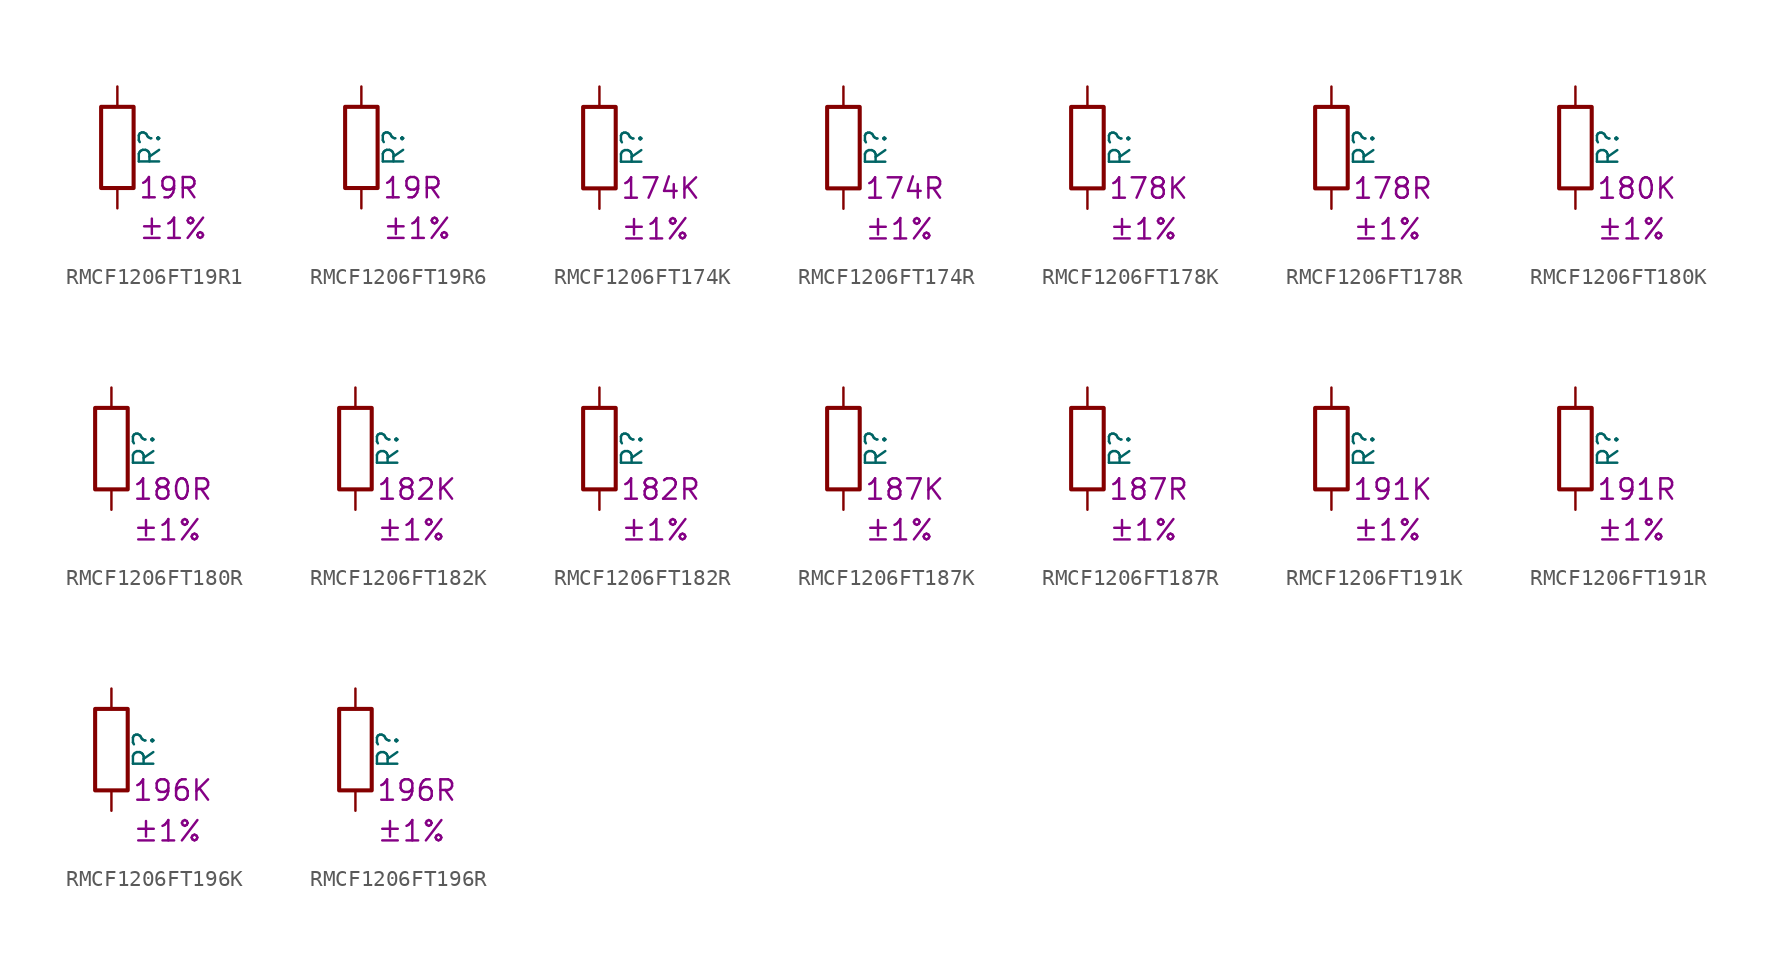
<source format=kicad_sym>
(kicad_symbol_lib
  (version 20220914)
  (generator kicad_symbol_editor)
  (symbol "RMCF1206FT19R1"
    (pin_numbers hide)
    (pin_names
      (offset 0))
    (property "Reference" "R"
      (at 2.032 0 90)
      (effects (font (size 1.27 1.27))))
    (property "Resistance" "19R"
      (at 1.27 -2.54 0)
      (effects (font (size 1.27 1.27)) (justify left)))
    (property "Tolerance" "±1%"
      (at 1.27 -5.08 0)
      (effects (font (size 1.27 1.27)) (justify left)))
    (symbol "RMCF1206FT19R1_0_1"
      (rectangle (start -1.016 -2.54) (end 1.016 2.54) (stroke (width 0.254) (type default)) (fill (type none))))
    (symbol "RMCF1206FT19R1_1_1"
      (pin passive line (at 0 3.81 270) (length 1.27) (name "~" (effects (font (size 1.27 1.27)))) (number "1" (effects (font (size 1.27 1.27)))))
      (pin passive line (at 0 -3.81 90) (length 1.27) (name "~" (effects (font (size 1.27 1.27)))) (number "2" (effects (font (size 1.27 1.27)))))))
  (symbol "RMCF1206FT19R6"
    (pin_numbers hide)
    (pin_names
      (offset 0))
    (property "Reference" "R"
      (at 2.032 0 90)
      (effects (font (size 1.27 1.27))))
    (property "Resistance" "19R"
      (at 1.27 -2.54 0)
      (effects (font (size 1.27 1.27)) (justify left)))
    (property "Tolerance" "±1%"
      (at 1.27 -5.08 0)
      (effects (font (size 1.27 1.27)) (justify left)))
    (symbol "RMCF1206FT19R6_0_1"
      (rectangle (start -1.016 -2.54) (end 1.016 2.54) (stroke (width 0.254) (type default)) (fill (type none))))
    (symbol "RMCF1206FT19R6_1_1"
      (pin passive line (at 0 3.81 270) (length 1.27) (name "~" (effects (font (size 1.27 1.27)))) (number "1" (effects (font (size 1.27 1.27)))))
      (pin passive line (at 0 -3.81 90) (length 1.27) (name "~" (effects (font (size 1.27 1.27)))) (number "2" (effects (font (size 1.27 1.27)))))))
  (symbol "RMCF1206FT174K"
    (pin_numbers hide)
    (pin_names
      (offset 0))
    (property "Reference" "R"
      (at 2.032 0 90)
      (effects (font (size 1.27 1.27))))
    (property "Resistance" "174K"
      (at 1.27 -2.54 0)
      (effects (font (size 1.27 1.27)) (justify left)))
    (property "Tolerance" "±1%"
      (at 1.27 -5.08 0)
      (effects (font (size 1.27 1.27)) (justify left)))
    (symbol "RMCF1206FT174K_0_1"
      (rectangle (start -1.016 -2.54) (end 1.016 2.54) (stroke (width 0.254) (type default)) (fill (type none))))
    (symbol "RMCF1206FT174K_1_1"
      (pin passive line (at 0 3.81 270) (length 1.27) (name "~" (effects (font (size 1.27 1.27)))) (number "1" (effects (font (size 1.27 1.27)))))
      (pin passive line (at 0 -3.81 90) (length 1.27) (name "~" (effects (font (size 1.27 1.27)))) (number "2" (effects (font (size 1.27 1.27)))))))
  (symbol "RMCF1206FT174R"
    (pin_numbers hide)
    (pin_names
      (offset 0))
    (property "Reference" "R"
      (at 2.032 0 90)
      (effects (font (size 1.27 1.27))))
    (property "Resistance" "174R"
      (at 1.27 -2.54 0)
      (effects (font (size 1.27 1.27)) (justify left)))
    (property "Tolerance" "±1%"
      (at 1.27 -5.08 0)
      (effects (font (size 1.27 1.27)) (justify left)))
    (symbol "RMCF1206FT174R_0_1"
      (rectangle (start -1.016 -2.54) (end 1.016 2.54) (stroke (width 0.254) (type default)) (fill (type none))))
    (symbol "RMCF1206FT174R_1_1"
      (pin passive line (at 0 3.81 270) (length 1.27) (name "~" (effects (font (size 1.27 1.27)))) (number "1" (effects (font (size 1.27 1.27)))))
      (pin passive line (at 0 -3.81 90) (length 1.27) (name "~" (effects (font (size 1.27 1.27)))) (number "2" (effects (font (size 1.27 1.27)))))))
  (symbol "RMCF1206FT178K"
    (pin_numbers hide)
    (pin_names
      (offset 0))
    (property "Reference" "R"
      (at 2.032 0 90)
      (effects (font (size 1.27 1.27))))
    (property "Resistance" "178K"
      (at 1.27 -2.54 0)
      (effects (font (size 1.27 1.27)) (justify left)))
    (property "Tolerance" "±1%"
      (at 1.27 -5.08 0)
      (effects (font (size 1.27 1.27)) (justify left)))
    (symbol "RMCF1206FT178K_0_1"
      (rectangle (start -1.016 -2.54) (end 1.016 2.54) (stroke (width 0.254) (type default)) (fill (type none))))
    (symbol "RMCF1206FT178K_1_1"
      (pin passive line (at 0 3.81 270) (length 1.27) (name "~" (effects (font (size 1.27 1.27)))) (number "1" (effects (font (size 1.27 1.27)))))
      (pin passive line (at 0 -3.81 90) (length 1.27) (name "~" (effects (font (size 1.27 1.27)))) (number "2" (effects (font (size 1.27 1.27)))))))
  (symbol "RMCF1206FT178R"
    (pin_numbers hide)
    (pin_names
      (offset 0))
    (property "Reference" "R"
      (at 2.032 0 90)
      (effects (font (size 1.27 1.27))))
    (property "Resistance" "178R"
      (at 1.27 -2.54 0)
      (effects (font (size 1.27 1.27)) (justify left)))
    (property "Tolerance" "±1%"
      (at 1.27 -5.08 0)
      (effects (font (size 1.27 1.27)) (justify left)))
    (symbol "RMCF1206FT178R_0_1"
      (rectangle (start -1.016 -2.54) (end 1.016 2.54) (stroke (width 0.254) (type default)) (fill (type none))))
    (symbol "RMCF1206FT178R_1_1"
      (pin passive line (at 0 3.81 270) (length 1.27) (name "~" (effects (font (size 1.27 1.27)))) (number "1" (effects (font (size 1.27 1.27)))))
      (pin passive line (at 0 -3.81 90) (length 1.27) (name "~" (effects (font (size 1.27 1.27)))) (number "2" (effects (font (size 1.27 1.27)))))))
  (symbol "RMCF1206FT180K"
    (pin_numbers hide)
    (pin_names
      (offset 0))
    (property "Reference" "R"
      (at 2.032 0 90)
      (effects (font (size 1.27 1.27))))
    (property "Resistance" "180K"
      (at 1.27 -2.54 0)
      (effects (font (size 1.27 1.27)) (justify left)))
    (property "Tolerance" "±1%"
      (at 1.27 -5.08 0)
      (effects (font (size 1.27 1.27)) (justify left)))
    (symbol "RMCF1206FT180K_0_1"
      (rectangle (start -1.016 -2.54) (end 1.016 2.54) (stroke (width 0.254) (type default)) (fill (type none))))
    (symbol "RMCF1206FT180K_1_1"
      (pin passive line (at 0 3.81 270) (length 1.27) (name "~" (effects (font (size 1.27 1.27)))) (number "1" (effects (font (size 1.27 1.27)))))
      (pin passive line (at 0 -3.81 90) (length 1.27) (name "~" (effects (font (size 1.27 1.27)))) (number "2" (effects (font (size 1.27 1.27)))))))
  (symbol "RMCF1206FT180R"
    (pin_numbers hide)
    (pin_names
      (offset 0))
    (property "Reference" "R"
      (at 2.032 0 90)
      (effects (font (size 1.27 1.27))))
    (property "Resistance" "180R"
      (at 1.27 -2.54 0)
      (effects (font (size 1.27 1.27)) (justify left)))
    (property "Tolerance" "±1%"
      (at 1.27 -5.08 0)
      (effects (font (size 1.27 1.27)) (justify left)))
    (symbol "RMCF1206FT180R_0_1"
      (rectangle (start -1.016 -2.54) (end 1.016 2.54) (stroke (width 0.254) (type default)) (fill (type none))))
    (symbol "RMCF1206FT180R_1_1"
      (pin passive line (at 0 3.81 270) (length 1.27) (name "~" (effects (font (size 1.27 1.27)))) (number "1" (effects (font (size 1.27 1.27)))))
      (pin passive line (at 0 -3.81 90) (length 1.27) (name "~" (effects (font (size 1.27 1.27)))) (number "2" (effects (font (size 1.27 1.27)))))))
  (symbol "RMCF1206FT182K"
    (pin_numbers hide)
    (pin_names
      (offset 0))
    (property "Reference" "R"
      (at 2.032 0 90)
      (effects (font (size 1.27 1.27))))
    (property "Resistance" "182K"
      (at 1.27 -2.54 0)
      (effects (font (size 1.27 1.27)) (justify left)))
    (property "Tolerance" "±1%"
      (at 1.27 -5.08 0)
      (effects (font (size 1.27 1.27)) (justify left)))
    (symbol "RMCF1206FT182K_0_1"
      (rectangle (start -1.016 -2.54) (end 1.016 2.54) (stroke (width 0.254) (type default)) (fill (type none))))
    (symbol "RMCF1206FT182K_1_1"
      (pin passive line (at 0 3.81 270) (length 1.27) (name "~" (effects (font (size 1.27 1.27)))) (number "1" (effects (font (size 1.27 1.27)))))
      (pin passive line (at 0 -3.81 90) (length 1.27) (name "~" (effects (font (size 1.27 1.27)))) (number "2" (effects (font (size 1.27 1.27)))))))
  (symbol "RMCF1206FT182R"
    (pin_numbers hide)
    (pin_names
      (offset 0))
    (property "Reference" "R"
      (at 2.032 0 90)
      (effects (font (size 1.27 1.27))))
    (property "Resistance" "182R"
      (at 1.27 -2.54 0)
      (effects (font (size 1.27 1.27)) (justify left)))
    (property "Tolerance" "±1%"
      (at 1.27 -5.08 0)
      (effects (font (size 1.27 1.27)) (justify left)))
    (symbol "RMCF1206FT182R_0_1"
      (rectangle (start -1.016 -2.54) (end 1.016 2.54) (stroke (width 0.254) (type default)) (fill (type none))))
    (symbol "RMCF1206FT182R_1_1"
      (pin passive line (at 0 3.81 270) (length 1.27) (name "~" (effects (font (size 1.27 1.27)))) (number "1" (effects (font (size 1.27 1.27)))))
      (pin passive line (at 0 -3.81 90) (length 1.27) (name "~" (effects (font (size 1.27 1.27)))) (number "2" (effects (font (size 1.27 1.27)))))))
  (symbol "RMCF1206FT187K"
    (pin_numbers hide)
    (pin_names
      (offset 0))
    (property "Reference" "R"
      (at 2.032 0 90)
      (effects (font (size 1.27 1.27))))
    (property "Resistance" "187K"
      (at 1.27 -2.54 0)
      (effects (font (size 1.27 1.27)) (justify left)))
    (property "Tolerance" "±1%"
      (at 1.27 -5.08 0)
      (effects (font (size 1.27 1.27)) (justify left)))
    (symbol "RMCF1206FT187K_0_1"
      (rectangle (start -1.016 -2.54) (end 1.016 2.54) (stroke (width 0.254) (type default)) (fill (type none))))
    (symbol "RMCF1206FT187K_1_1"
      (pin passive line (at 0 3.81 270) (length 1.27) (name "~" (effects (font (size 1.27 1.27)))) (number "1" (effects (font (size 1.27 1.27)))))
      (pin passive line (at 0 -3.81 90) (length 1.27) (name "~" (effects (font (size 1.27 1.27)))) (number "2" (effects (font (size 1.27 1.27)))))))
  (symbol "RMCF1206FT187R"
    (pin_numbers hide)
    (pin_names
      (offset 0))
    (property "Reference" "R"
      (at 2.032 0 90)
      (effects (font (size 1.27 1.27))))
    (property "Resistance" "187R"
      (at 1.27 -2.54 0)
      (effects (font (size 1.27 1.27)) (justify left)))
    (property "Tolerance" "±1%"
      (at 1.27 -5.08 0)
      (effects (font (size 1.27 1.27)) (justify left)))
    (symbol "RMCF1206FT187R_0_1"
      (rectangle (start -1.016 -2.54) (end 1.016 2.54) (stroke (width 0.254) (type default)) (fill (type none))))
    (symbol "RMCF1206FT187R_1_1"
      (pin passive line (at 0 3.81 270) (length 1.27) (name "~" (effects (font (size 1.27 1.27)))) (number "1" (effects (font (size 1.27 1.27)))))
      (pin passive line (at 0 -3.81 90) (length 1.27) (name "~" (effects (font (size 1.27 1.27)))) (number "2" (effects (font (size 1.27 1.27)))))))
  (symbol "RMCF1206FT191K"
    (pin_numbers hide)
    (pin_names
      (offset 0))
    (property "Reference" "R"
      (at 2.032 0 90)
      (effects (font (size 1.27 1.27))))
    (property "Resistance" "191K"
      (at 1.27 -2.54 0)
      (effects (font (size 1.27 1.27)) (justify left)))
    (property "Tolerance" "±1%"
      (at 1.27 -5.08 0)
      (effects (font (size 1.27 1.27)) (justify left)))
    (symbol "RMCF1206FT191K_0_1"
      (rectangle (start -1.016 -2.54) (end 1.016 2.54) (stroke (width 0.254) (type default)) (fill (type none))))
    (symbol "RMCF1206FT191K_1_1"
      (pin passive line (at 0 3.81 270) (length 1.27) (name "~" (effects (font (size 1.27 1.27)))) (number "1" (effects (font (size 1.27 1.27)))))
      (pin passive line (at 0 -3.81 90) (length 1.27) (name "~" (effects (font (size 1.27 1.27)))) (number "2" (effects (font (size 1.27 1.27)))))))
  (symbol "RMCF1206FT191R"
    (pin_numbers hide)
    (pin_names
      (offset 0))
    (property "Reference" "R"
      (at 2.032 0 90)
      (effects (font (size 1.27 1.27))))
    (property "Resistance" "191R"
      (at 1.27 -2.54 0)
      (effects (font (size 1.27 1.27)) (justify left)))
    (property "Tolerance" "±1%"
      (at 1.27 -5.08 0)
      (effects (font (size 1.27 1.27)) (justify left)))
    (symbol "RMCF1206FT191R_0_1"
      (rectangle (start -1.016 -2.54) (end 1.016 2.54) (stroke (width 0.254) (type default)) (fill (type none))))
    (symbol "RMCF1206FT191R_1_1"
      (pin passive line (at 0 3.81 270) (length 1.27) (name "~" (effects (font (size 1.27 1.27)))) (number "1" (effects (font (size 1.27 1.27)))))
      (pin passive line (at 0 -3.81 90) (length 1.27) (name "~" (effects (font (size 1.27 1.27)))) (number "2" (effects (font (size 1.27 1.27)))))))
  (symbol "RMCF1206FT196K"
    (pin_numbers hide)
    (pin_names
      (offset 0))
    (property "Reference" "R"
      (at 2.032 0 90)
      (effects (font (size 1.27 1.27))))
    (property "Resistance" "196K"
      (at 1.27 -2.54 0)
      (effects (font (size 1.27 1.27)) (justify left)))
    (property "Tolerance" "±1%"
      (at 1.27 -5.08 0)
      (effects (font (size 1.27 1.27)) (justify left)))
    (symbol "RMCF1206FT196K_0_1"
      (rectangle (start -1.016 -2.54) (end 1.016 2.54) (stroke (width 0.254) (type default)) (fill (type none))))
    (symbol "RMCF1206FT196K_1_1"
      (pin passive line (at 0 3.81 270) (length 1.27) (name "~" (effects (font (size 1.27 1.27)))) (number "1" (effects (font (size 1.27 1.27)))))
      (pin passive line (at 0 -3.81 90) (length 1.27) (name "~" (effects (font (size 1.27 1.27)))) (number "2" (effects (font (size 1.27 1.27)))))))
  (symbol "RMCF1206FT196R"
    (pin_numbers hide)
    (pin_names
      (offset 0))
    (property "Reference" "R"
      (at 2.032 0 90)
      (effects (font (size 1.27 1.27))))
    (property "Resistance" "196R"
      (at 1.27 -2.54 0)
      (effects (font (size 1.27 1.27)) (justify left)))
    (property "Tolerance" "±1%"
      (at 1.27 -5.08 0)
      (effects (font (size 1.27 1.27)) (justify left)))
    (symbol "RMCF1206FT196R_0_1"
      (rectangle (start -1.016 -2.54) (end 1.016 2.54) (stroke (width 0.254) (type default)) (fill (type none))))
    (symbol "RMCF1206FT196R_1_1"
      (pin passive line (at 0 3.81 270) (length 1.27) (name "~" (effects (font (size 1.27 1.27)))) (number "1" (effects (font (size 1.27 1.27)))))
      (pin passive line (at 0 -3.81 90) (length 1.27) (name "~" (effects (font (size 1.27 1.27)))) (number "2" (effects (font (size 1.27 1.27))))))))
</source>
